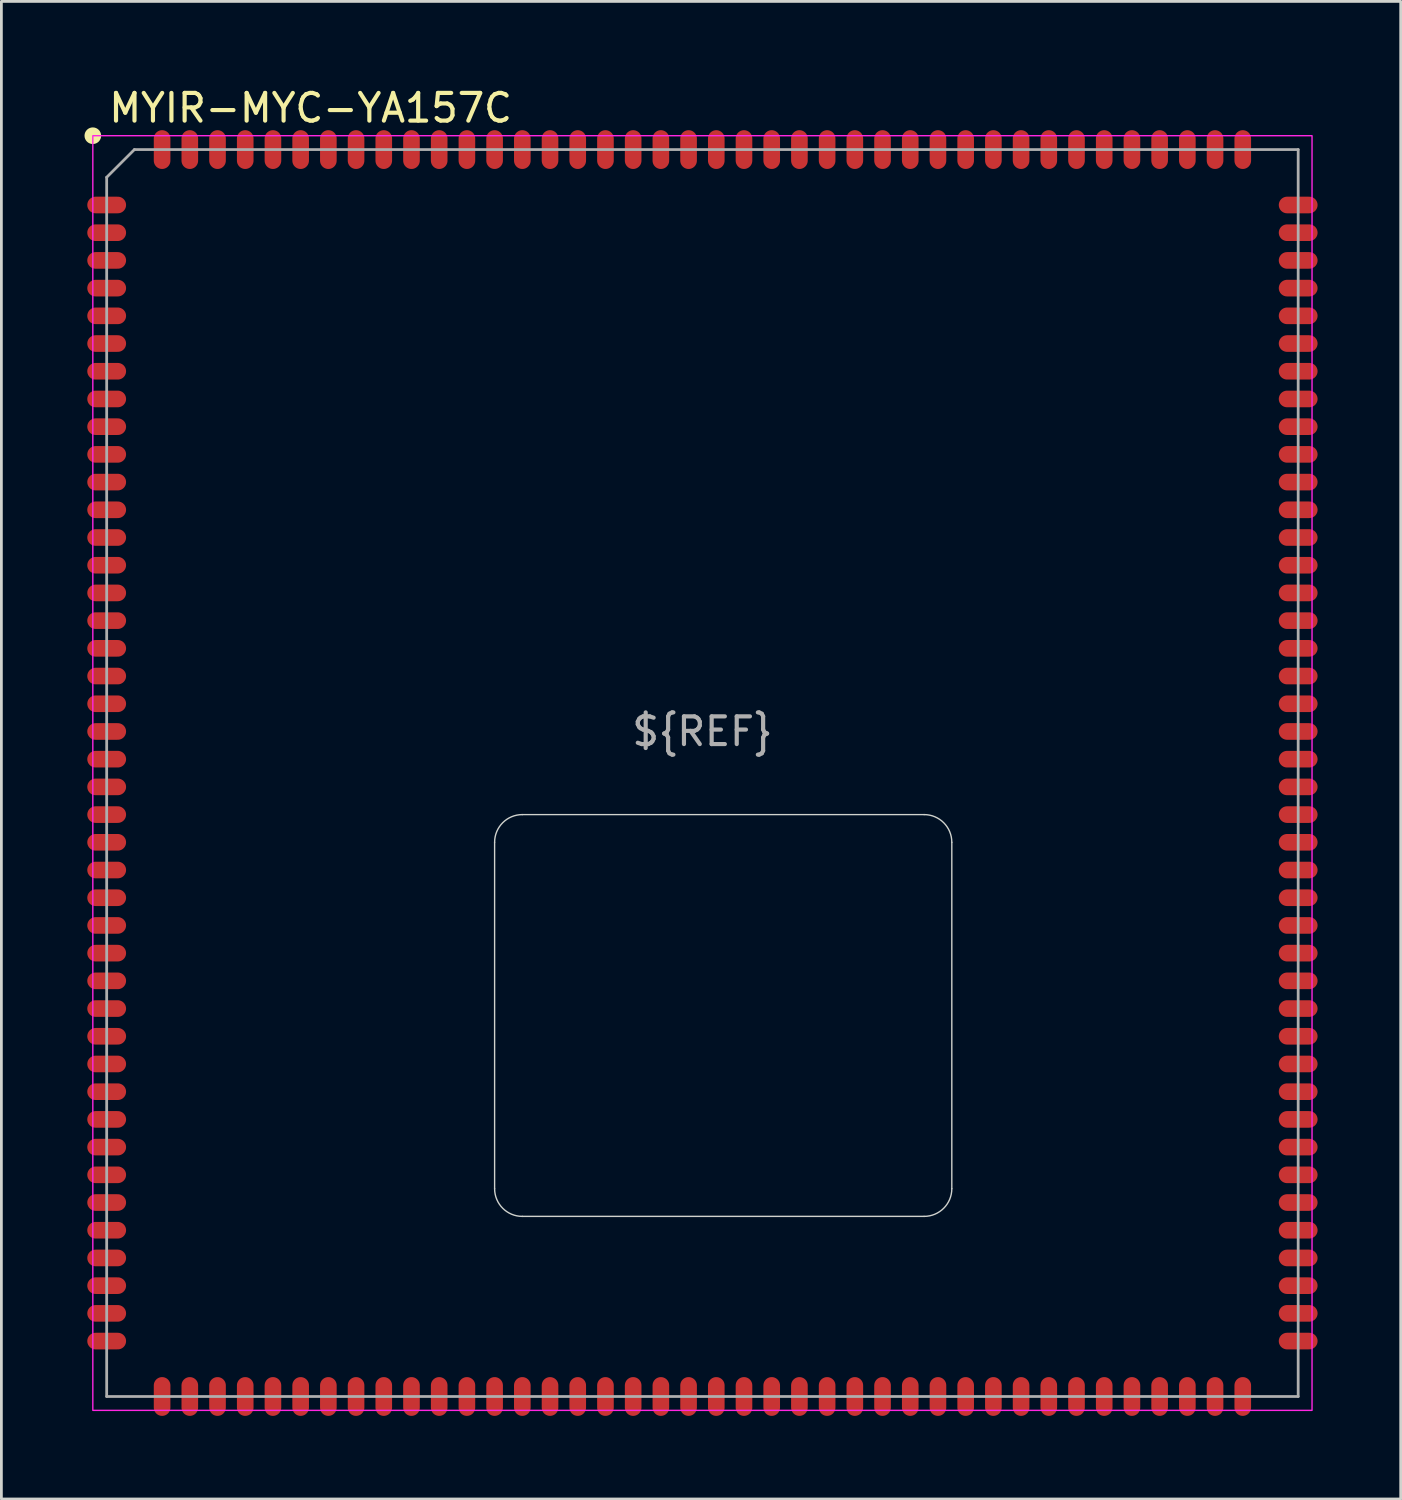
<source format=kicad_pcb>
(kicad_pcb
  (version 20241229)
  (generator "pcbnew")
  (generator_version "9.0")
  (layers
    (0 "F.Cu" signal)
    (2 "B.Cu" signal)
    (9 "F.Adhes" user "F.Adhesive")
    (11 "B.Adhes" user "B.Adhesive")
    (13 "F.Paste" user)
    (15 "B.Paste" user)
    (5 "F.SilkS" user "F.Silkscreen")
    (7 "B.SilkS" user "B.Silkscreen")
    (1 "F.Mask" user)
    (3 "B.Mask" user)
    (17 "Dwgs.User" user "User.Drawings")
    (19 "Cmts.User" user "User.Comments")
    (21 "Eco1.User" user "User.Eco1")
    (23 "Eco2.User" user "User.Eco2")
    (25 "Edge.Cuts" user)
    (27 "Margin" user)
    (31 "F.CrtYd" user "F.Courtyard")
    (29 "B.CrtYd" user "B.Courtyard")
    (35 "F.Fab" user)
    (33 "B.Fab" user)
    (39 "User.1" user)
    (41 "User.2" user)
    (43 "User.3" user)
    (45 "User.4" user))
  (footprint "MYIR-MYC-YA157C"
    (layer "F.Cu")
    (at 22.3 24.848)
    (property "Reference" "MYIR-MYC-YA157C" (at -21.5 -24 0) (unlocked yes) (layer "F.SilkS") (effects (font (size 1 1) (thickness 0.15)) (justify left)))
    (attr smd)
    (fp_circle (center -22 -23) (end -21.75 -23) (stroke (width 0.1) (type solid)) (fill yes) (layer "F.SilkS"))
    (fp_line (start -7.5 15) (end -7.5 2.5) (stroke (width 0.05) (type default)) (layer "Edge.Cuts"))
    (fp_line (start -6.5 1.5) (end 8 1.5) (stroke (width 0.05) (type default)) (layer "Edge.Cuts"))
    (fp_line (start 8 16) (end -6.5 16) (stroke (width 0.05) (type default)) (layer "Edge.Cuts"))
    (fp_line (start 9 2.5) (end 9 15) (stroke (width 0.05) (type default)) (layer "Edge.Cuts"))
    (fp_arc (start -7.5 2.5) (mid -7.207107 1.792893) (end -6.5 1.5) (stroke (width 0.05) (type default)) (layer "Edge.Cuts"))
    (fp_arc (start -6.5 16) (mid -7.207107 15.707107) (end -7.5 15) (stroke (width 0.05) (type default)) (layer "Edge.Cuts"))
    (fp_arc (start 8 1.5) (mid 8.707107 1.792893) (end 9 2.5) (stroke (width 0.05) (type default)) (layer "Edge.Cuts"))
    (fp_arc (start 9 15) (mid 8.707107 15.707107) (end 8 16) (stroke (width 0.05) (type default)) (layer "Edge.Cuts"))
    (fp_rect (start -22 -23) (end 22 23) (stroke (width 0.05) (type default)) (fill no) (layer "F.CrtYd"))
    (fp_line (start -21.5 22.5) (end -21.5 -21.5) (stroke (width 0.1) (type default)) (layer "F.Fab"))
    (fp_line (start -20.5 -22.5) (end -21.5 -21.5) (stroke (width 0.1) (type default)) (layer "F.Fab"))
    (fp_line (start -20.5 -22.5) (end 21.5 -22.5) (stroke (width 0.1) (type default)) (layer "F.Fab"))
    (fp_line (start 21.5 -22.5) (end 21.5 22.5) (stroke (width 0.1) (type default)) (layer "F.Fab"))
    (fp_line (start 21.5 22.5) (end -21.5 22.5) (stroke (width 0.1) (type default)) (layer "F.Fab"))
    (fp_text user "${REF}" (at 0 -1.5 0) (unlocked yes) (layer "F.Fab") (effects (font (size 1 1) (thickness 0.15))))
    (pad "1" smd oval (at -21.5 -20.5 90) (size 0.6 1.4) (layers "F.Cu" "F.Mask" "F.Paste"))
    (pad "2" smd oval (at -21.5 -19.5 90) (size 0.6 1.4) (layers "F.Cu" "F.Mask" "F.Paste"))
    (pad "3" smd oval (at -21.5 -18.5 90) (size 0.6 1.4) (layers "F.Cu" "F.Mask" "F.Paste"))
    (pad "4" smd oval (at -21.5 -17.5 90) (size 0.6 1.4) (layers "F.Cu" "F.Mask" "F.Paste"))
    (pad "5" smd oval (at -21.5 -16.5 90) (size 0.6 1.4) (layers "F.Cu" "F.Mask" "F.Paste"))
    (pad "6" smd oval (at -21.5 -15.5 90) (size 0.6 1.4) (layers "F.Cu" "F.Mask" "F.Paste"))
    (pad "7" smd oval (at -21.5 -14.5 90) (size 0.6 1.4) (layers "F.Cu" "F.Mask" "F.Paste"))
    (pad "8" smd oval (at -21.5 -13.5 90) (size 0.6 1.4) (layers "F.Cu" "F.Mask" "F.Paste"))
    (pad "9" smd oval (at -21.5 -12.5 90) (size 0.6 1.4) (layers "F.Cu" "F.Mask" "F.Paste"))
    (pad "10" smd oval (at -21.5 -11.5 90) (size 0.6 1.4) (layers "F.Cu" "F.Mask" "F.Paste"))
    (pad "11" smd oval (at -21.5 -10.5 90) (size 0.6 1.4) (layers "F.Cu" "F.Mask" "F.Paste"))
    (pad "12" smd oval (at -21.5 -9.5 90) (size 0.6 1.4) (layers "F.Cu" "F.Mask" "F.Paste"))
    (pad "13" smd oval (at -21.5 -8.5 90) (size 0.6 1.4) (layers "F.Cu" "F.Mask" "F.Paste"))
    (pad "14" smd oval (at -21.5 -7.5 90) (size 0.6 1.4) (layers "F.Cu" "F.Mask" "F.Paste"))
    (pad "15" smd oval (at -21.5 -6.5 90) (size 0.6 1.4) (layers "F.Cu" "F.Mask" "F.Paste"))
    (pad "16" smd oval (at -21.5 -5.5 90) (size 0.6 1.4) (layers "F.Cu" "F.Mask" "F.Paste"))
    (pad "17" smd oval (at -21.5 -4.5 90) (size 0.6 1.4) (layers "F.Cu" "F.Mask" "F.Paste"))
    (pad "18" smd oval (at -21.5 -3.5 90) (size 0.6 1.4) (layers "F.Cu" "F.Mask" "F.Paste"))
    (pad "19" smd oval (at -21.5 -2.5 90) (size 0.6 1.4) (layers "F.Cu" "F.Mask" "F.Paste"))
    (pad "20" smd oval (at -21.5 -1.5 90) (size 0.6 1.4) (layers "F.Cu" "F.Mask" "F.Paste"))
    (pad "21" smd oval (at -21.5 -0.5 90) (size 0.6 1.4) (layers "F.Cu" "F.Mask" "F.Paste"))
    (pad "22" smd oval (at -21.5 0.5 90) (size 0.6 1.4) (layers "F.Cu" "F.Mask" "F.Paste"))
    (pad "23" smd oval (at -21.5 1.5 90) (size 0.6 1.4) (layers "F.Cu" "F.Mask" "F.Paste"))
    (pad "24" smd oval (at -21.5 2.5 90) (size 0.6 1.4) (layers "F.Cu" "F.Mask" "F.Paste"))
    (pad "25" smd oval (at -21.5 3.5 90) (size 0.6 1.4) (layers "F.Cu" "F.Mask" "F.Paste"))
    (pad "26" smd oval (at -21.5 4.5 90) (size 0.6 1.4) (layers "F.Cu" "F.Mask" "F.Paste"))
    (pad "27" smd oval (at -21.5 5.5 90) (size 0.6 1.4) (layers "F.Cu" "F.Mask" "F.Paste"))
    (pad "28" smd oval (at -21.5 6.5 90) (size 0.6 1.4) (layers "F.Cu" "F.Mask" "F.Paste"))
    (pad "29" smd oval (at -21.5 7.5 90) (size 0.6 1.4) (layers "F.Cu" "F.Mask" "F.Paste"))
    (pad "30" smd oval (at -21.5 8.5 90) (size 0.6 1.4) (layers "F.Cu" "F.Mask" "F.Paste"))
    (pad "31" smd oval (at -21.5 9.5 90) (size 0.6 1.4) (layers "F.Cu" "F.Mask" "F.Paste"))
    (pad "32" smd oval (at -21.5 10.5 90) (size 0.6 1.4) (layers "F.Cu" "F.Mask" "F.Paste"))
    (pad "33" smd oval (at -21.5 11.5 90) (size 0.6 1.4) (layers "F.Cu" "F.Mask" "F.Paste"))
    (pad "34" smd oval (at -21.5 12.5 90) (size 0.6 1.4) (layers "F.Cu" "F.Mask" "F.Paste"))
    (pad "35" smd oval (at -21.5 13.5 90) (size 0.6 1.4) (layers "F.Cu" "F.Mask" "F.Paste"))
    (pad "36" smd oval (at -21.5 14.5 90) (size 0.6 1.4) (layers "F.Cu" "F.Mask" "F.Paste"))
    (pad "37" smd oval (at -21.5 15.5 90) (size 0.6 1.4) (layers "F.Cu" "F.Mask" "F.Paste"))
    (pad "38" smd oval (at -21.5 16.5 90) (size 0.6 1.4) (layers "F.Cu" "F.Mask" "F.Paste"))
    (pad "39" smd oval (at -21.5 17.5 90) (size 0.6 1.4) (layers "F.Cu" "F.Mask" "F.Paste"))
    (pad "40" smd oval (at -21.5 18.5 90) (size 0.6 1.4) (layers "F.Cu" "F.Mask" "F.Paste"))
    (pad "41" smd oval (at -21.5 19.5 90) (size 0.6 1.4) (layers "F.Cu" "F.Mask" "F.Paste"))
    (pad "42" smd oval (at -21.5 20.5 90) (size 0.6 1.4) (layers "F.Cu" "F.Mask" "F.Paste"))
    (pad "43" smd oval (at -19.5 22.5 180) (size 0.6 1.4) (layers "F.Cu" "F.Mask" "F.Paste"))
    (pad "44" smd oval (at -18.5 22.5 180) (size 0.6 1.4) (layers "F.Cu" "F.Mask" "F.Paste"))
    (pad "45" smd oval (at -17.5 22.5 180) (size 0.6 1.4) (layers "F.Cu" "F.Mask" "F.Paste"))
    (pad "46" smd oval (at -16.5 22.5 180) (size 0.6 1.4) (layers "F.Cu" "F.Mask" "F.Paste"))
    (pad "47" smd oval (at -15.5 22.5 180) (size 0.6 1.4) (layers "F.Cu" "F.Mask" "F.Paste"))
    (pad "48" smd oval (at -14.5 22.5 180) (size 0.6 1.4) (layers "F.Cu" "F.Mask" "F.Paste"))
    (pad "49" smd oval (at -13.5 22.5 180) (size 0.6 1.4) (layers "F.Cu" "F.Mask" "F.Paste"))
    (pad "50" smd oval (at -12.5 22.5 180) (size 0.6 1.4) (layers "F.Cu" "F.Mask" "F.Paste"))
    (pad "51" smd oval (at -11.5 22.5 180) (size 0.6 1.4) (layers "F.Cu" "F.Mask" "F.Paste"))
    (pad "52" smd oval (at -10.5 22.5 180) (size 0.6 1.4) (layers "F.Cu" "F.Mask" "F.Paste"))
    (pad "53" smd oval (at -9.5 22.5 180) (size 0.6 1.4) (layers "F.Cu" "F.Mask" "F.Paste"))
    (pad "54" smd oval (at -8.5 22.5 180) (size 0.6 1.4) (layers "F.Cu" "F.Mask" "F.Paste"))
    (pad "55" smd oval (at -7.5 22.5 180) (size 0.6 1.4) (layers "F.Cu" "F.Mask" "F.Paste"))
    (pad "56" smd oval (at -6.5 22.5 180) (size 0.6 1.4) (layers "F.Cu" "F.Mask" "F.Paste"))
    (pad "57" smd oval (at -5.5 22.5 180) (size 0.6 1.4) (layers "F.Cu" "F.Mask" "F.Paste"))
    (pad "58" smd oval (at -4.5 22.5 180) (size 0.6 1.4) (layers "F.Cu" "F.Mask" "F.Paste"))
    (pad "59" smd oval (at -3.5 22.5 180) (size 0.6 1.4) (layers "F.Cu" "F.Mask" "F.Paste"))
    (pad "60" smd oval (at -2.5 22.5 180) (size 0.6 1.4) (layers "F.Cu" "F.Mask" "F.Paste"))
    (pad "61" smd oval (at -1.5 22.5 180) (size 0.6 1.4) (layers "F.Cu" "F.Mask" "F.Paste"))
    (pad "62" smd oval (at -0.5 22.5 180) (size 0.6 1.4) (layers "F.Cu" "F.Mask" "F.Paste"))
    (pad "63" smd oval (at 0.5 22.5 180) (size 0.6 1.4) (layers "F.Cu" "F.Mask" "F.Paste"))
    (pad "64" smd oval (at 1.5 22.5 180) (size 0.6 1.4) (layers "F.Cu" "F.Mask" "F.Paste"))
    (pad "65" smd oval (at 2.5 22.5 180) (size 0.6 1.4) (layers "F.Cu" "F.Mask" "F.Paste"))
    (pad "66" smd oval (at 3.5 22.5 180) (size 0.6 1.4) (layers "F.Cu" "F.Mask" "F.Paste"))
    (pad "67" smd oval (at 4.5 22.5 180) (size 0.6 1.4) (layers "F.Cu" "F.Mask" "F.Paste"))
    (pad "68" smd oval (at 5.5 22.5 180) (size 0.6 1.4) (layers "F.Cu" "F.Mask" "F.Paste"))
    (pad "69" smd oval (at 6.5 22.5 180) (size 0.6 1.4) (layers "F.Cu" "F.Mask" "F.Paste"))
    (pad "70" smd oval (at 7.5 22.5 180) (size 0.6 1.4) (layers "F.Cu" "F.Mask" "F.Paste"))
    (pad "71" smd oval (at 8.5 22.5 180) (size 0.6 1.4) (layers "F.Cu" "F.Mask" "F.Paste"))
    (pad "72" smd oval (at 9.5 22.5 180) (size 0.6 1.4) (layers "F.Cu" "F.Mask" "F.Paste"))
    (pad "73" smd oval (at 10.5 22.5 180) (size 0.6 1.4) (layers "F.Cu" "F.Mask" "F.Paste"))
    (pad "74" smd oval (at 11.5 22.5 180) (size 0.6 1.4) (layers "F.Cu" "F.Mask" "F.Paste"))
    (pad "75" smd oval (at 12.5 22.5 180) (size 0.6 1.4) (layers "F.Cu" "F.Mask" "F.Paste"))
    (pad "76" smd oval (at 13.5 22.5 180) (size 0.6 1.4) (layers "F.Cu" "F.Mask" "F.Paste"))
    (pad "77" smd oval (at 14.5 22.5 180) (size 0.6 1.4) (layers "F.Cu" "F.Mask" "F.Paste"))
    (pad "78" smd oval (at 15.5 22.5 180) (size 0.6 1.4) (layers "F.Cu" "F.Mask" "F.Paste"))
    (pad "79" smd oval (at 16.5 22.5 180) (size 0.6 1.4) (layers "F.Cu" "F.Mask" "F.Paste"))
    (pad "80" smd oval (at 17.5 22.5 180) (size 0.6 1.4) (layers "F.Cu" "F.Mask" "F.Paste"))
    (pad "81" smd oval (at 18.5 22.5 180) (size 0.6 1.4) (layers "F.Cu" "F.Mask" "F.Paste"))
    (pad "82" smd oval (at 19.5 22.5 180) (size 0.6 1.4) (layers "F.Cu" "F.Mask" "F.Paste"))
    (pad "83" smd oval (at 21.5 20.5 90) (size 0.6 1.4) (layers "F.Cu" "F.Mask" "F.Paste"))
    (pad "84" smd oval (at 21.5 19.5 90) (size 0.6 1.4) (layers "F.Cu" "F.Mask" "F.Paste"))
    (pad "85" smd oval (at 21.5 18.5 90) (size 0.6 1.4) (layers "F.Cu" "F.Mask" "F.Paste"))
    (pad "86" smd oval (at 21.5 17.5 90) (size 0.6 1.4) (layers "F.Cu" "F.Mask" "F.Paste"))
    (pad "87" smd oval (at 21.5 16.5 90) (size 0.6 1.4) (layers "F.Cu" "F.Mask" "F.Paste"))
    (pad "88" smd oval (at 21.5 15.5 90) (size 0.6 1.4) (layers "F.Cu" "F.Mask" "F.Paste"))
    (pad "89" smd oval (at 21.5 14.5 90) (size 0.6 1.4) (layers "F.Cu" "F.Mask" "F.Paste"))
    (pad "90" smd oval (at 21.5 13.5 90) (size 0.6 1.4) (layers "F.Cu" "F.Mask" "F.Paste"))
    (pad "91" smd oval (at 21.5 12.5 90) (size 0.6 1.4) (layers "F.Cu" "F.Mask" "F.Paste"))
    (pad "92" smd oval (at 21.5 11.5 90) (size 0.6 1.4) (layers "F.Cu" "F.Mask" "F.Paste"))
    (pad "93" smd oval (at 21.5 10.5 90) (size 0.6 1.4) (layers "F.Cu" "F.Mask" "F.Paste"))
    (pad "94" smd oval (at 21.5 9.5 90) (size 0.6 1.4) (layers "F.Cu" "F.Mask" "F.Paste"))
    (pad "95" smd oval (at 21.5 8.5 90) (size 0.6 1.4) (layers "F.Cu" "F.Mask" "F.Paste"))
    (pad "96" smd oval (at 21.5 7.5 90) (size 0.6 1.4) (layers "F.Cu" "F.Mask" "F.Paste"))
    (pad "97" smd oval (at 21.5 6.5 90) (size 0.6 1.4) (layers "F.Cu" "F.Mask" "F.Paste"))
    (pad "98" smd oval (at 21.5 5.5 90) (size 0.6 1.4) (layers "F.Cu" "F.Mask" "F.Paste"))
    (pad "99" smd oval (at 21.5 4.5 90) (size 0.6 1.4) (layers "F.Cu" "F.Mask" "F.Paste"))
    (pad "100" smd oval (at 21.5 3.5 90) (size 0.6 1.4) (layers "F.Cu" "F.Mask" "F.Paste"))
    (pad "101" smd oval (at 21.5 2.5 90) (size 0.6 1.4) (layers "F.Cu" "F.Mask" "F.Paste"))
    (pad "102" smd oval (at 21.5 1.5 90) (size 0.6 1.4) (layers "F.Cu" "F.Mask" "F.Paste"))
    (pad "103" smd oval (at 21.5 0.5 90) (size 0.6 1.4) (layers "F.Cu" "F.Mask" "F.Paste"))
    (pad "104" smd oval (at 21.5 -0.5 90) (size 0.6 1.4) (layers "F.Cu" "F.Mask" "F.Paste"))
    (pad "105" smd oval (at 21.5 -1.5 90) (size 0.6 1.4) (layers "F.Cu" "F.Mask" "F.Paste"))
    (pad "106" smd oval (at 21.5 -2.5 90) (size 0.6 1.4) (layers "F.Cu" "F.Mask" "F.Paste"))
    (pad "107" smd oval (at 21.5 -3.5 90) (size 0.6 1.4) (layers "F.Cu" "F.Mask" "F.Paste"))
    (pad "108" smd oval (at 21.5 -4.5 90) (size 0.6 1.4) (layers "F.Cu" "F.Mask" "F.Paste"))
    (pad "109" smd oval (at 21.5 -5.5 90) (size 0.6 1.4) (layers "F.Cu" "F.Mask" "F.Paste"))
    (pad "110" smd oval (at 21.5 -6.5 90) (size 0.6 1.4) (layers "F.Cu" "F.Mask" "F.Paste"))
    (pad "111" smd oval (at 21.5 -7.5 90) (size 0.6 1.4) (layers "F.Cu" "F.Mask" "F.Paste"))
    (pad "112" smd oval (at 21.5 -8.5 90) (size 0.6 1.4) (layers "F.Cu" "F.Mask" "F.Paste"))
    (pad "113" smd oval (at 21.5 -9.5 90) (size 0.6 1.4) (layers "F.Cu" "F.Mask" "F.Paste"))
    (pad "114" smd oval (at 21.5 -10.5 90) (size 0.6 1.4) (layers "F.Cu" "F.Mask" "F.Paste"))
    (pad "115" smd oval (at 21.5 -11.5 90) (size 0.6 1.4) (layers "F.Cu" "F.Mask" "F.Paste"))
    (pad "116" smd oval (at 21.5 -12.5 90) (size 0.6 1.4) (layers "F.Cu" "F.Mask" "F.Paste"))
    (pad "117" smd oval (at 21.5 -13.5 90) (size 0.6 1.4) (layers "F.Cu" "F.Mask" "F.Paste"))
    (pad "118" smd oval (at 21.5 -14.5 90) (size 0.6 1.4) (layers "F.Cu" "F.Mask" "F.Paste"))
    (pad "119" smd oval (at 21.5 -15.5 90) (size 0.6 1.4) (layers "F.Cu" "F.Mask" "F.Paste"))
    (pad "120" smd oval (at 21.5 -16.5 90) (size 0.6 1.4) (layers "F.Cu" "F.Mask" "F.Paste"))
    (pad "121" smd oval (at 21.5 -17.5 90) (size 0.6 1.4) (layers "F.Cu" "F.Mask" "F.Paste"))
    (pad "122" smd oval (at 21.5 -18.5 90) (size 0.6 1.4) (layers "F.Cu" "F.Mask" "F.Paste"))
    (pad "123" smd oval (at 21.5 -19.5 90) (size 0.6 1.4) (layers "F.Cu" "F.Mask" "F.Paste"))
    (pad "124" smd oval (at 21.5 -20.5 90) (size 0.6 1.4) (layers "F.Cu" "F.Mask" "F.Paste"))
    (pad "125" smd oval (at 19.5 -22.5 180) (size 0.6 1.4) (layers "F.Cu" "F.Mask" "F.Paste"))
    (pad "126" smd oval (at 18.5 -22.5 180) (size 0.6 1.4) (layers "F.Cu" "F.Mask" "F.Paste"))
    (pad "127" smd oval (at 17.5 -22.5 180) (size 0.6 1.4) (layers "F.Cu" "F.Mask" "F.Paste"))
    (pad "128" smd oval (at 16.5 -22.5 180) (size 0.6 1.4) (layers "F.Cu" "F.Mask" "F.Paste"))
    (pad "129" smd oval (at 15.5 -22.5 180) (size 0.6 1.4) (layers "F.Cu" "F.Mask" "F.Paste"))
    (pad "130" smd oval (at 14.5 -22.5 180) (size 0.6 1.4) (layers "F.Cu" "F.Mask" "F.Paste"))
    (pad "131" smd oval (at 13.5 -22.5 180) (size 0.6 1.4) (layers "F.Cu" "F.Mask" "F.Paste"))
    (pad "132" smd oval (at 12.5 -22.5 180) (size 0.6 1.4) (layers "F.Cu" "F.Mask" "F.Paste"))
    (pad "133" smd oval (at 11.5 -22.5 180) (size 0.6 1.4) (layers "F.Cu" "F.Mask" "F.Paste"))
    (pad "134" smd oval (at 10.5 -22.5 180) (size 0.6 1.4) (layers "F.Cu" "F.Mask" "F.Paste"))
    (pad "135" smd oval (at 9.5 -22.5 180) (size 0.6 1.4) (layers "F.Cu" "F.Mask" "F.Paste"))
    (pad "136" smd oval (at 8.5 -22.5 180) (size 0.6 1.4) (layers "F.Cu" "F.Mask" "F.Paste"))
    (pad "137" smd oval (at 7.5 -22.5 180) (size 0.6 1.4) (layers "F.Cu" "F.Mask" "F.Paste"))
    (pad "138" smd oval (at 6.5 -22.5 180) (size 0.6 1.4) (layers "F.Cu" "F.Mask" "F.Paste"))
    (pad "139" smd oval (at 5.5 -22.5 180) (size 0.6 1.4) (layers "F.Cu" "F.Mask" "F.Paste"))
    (pad "140" smd oval (at 4.5 -22.5 180) (size 0.6 1.4) (layers "F.Cu" "F.Mask" "F.Paste"))
    (pad "141" smd oval (at 3.5 -22.5 180) (size 0.6 1.4) (layers "F.Cu" "F.Mask" "F.Paste"))
    (pad "142" smd oval (at 2.5 -22.5 180) (size 0.6 1.4) (layers "F.Cu" "F.Mask" "F.Paste"))
    (pad "143" smd oval (at 1.5 -22.5 180) (size 0.6 1.4) (layers "F.Cu" "F.Mask" "F.Paste"))
    (pad "144" smd oval (at 0.5 -22.5 180) (size 0.6 1.4) (layers "F.Cu" "F.Mask" "F.Paste"))
    (pad "145" smd oval (at -0.5 -22.5 180) (size 0.6 1.4) (layers "F.Cu" "F.Mask" "F.Paste"))
    (pad "146" smd oval (at -1.5 -22.5 180) (size 0.6 1.4) (layers "F.Cu" "F.Mask" "F.Paste"))
    (pad "147" smd oval (at -2.5 -22.5 180) (size 0.6 1.4) (layers "F.Cu" "F.Mask" "F.Paste"))
    (pad "148" smd oval (at -3.5 -22.5 180) (size 0.6 1.4) (layers "F.Cu" "F.Mask" "F.Paste"))
    (pad "149" smd oval (at -4.5 -22.5 180) (size 0.6 1.4) (layers "F.Cu" "F.Mask" "F.Paste"))
    (pad "150" smd oval (at -5.5 -22.5 180) (size 0.6 1.4) (layers "F.Cu" "F.Mask" "F.Paste"))
    (pad "151" smd oval (at -6.5 -22.5 180) (size 0.6 1.4) (layers "F.Cu" "F.Mask" "F.Paste"))
    (pad "152" smd oval (at -7.5 -22.5 180) (size 0.6 1.4) (layers "F.Cu" "F.Mask" "F.Paste"))
    (pad "153" smd oval (at -8.5 -22.5 180) (size 0.6 1.4) (layers "F.Cu" "F.Mask" "F.Paste"))
    (pad "154" smd oval (at -9.5 -22.5 180) (size 0.6 1.4) (layers "F.Cu" "F.Mask" "F.Paste"))
    (pad "155" smd oval (at -10.5 -22.5 180) (size 0.6 1.4) (layers "F.Cu" "F.Mask" "F.Paste"))
    (pad "156" smd oval (at -11.5 -22.5 180) (size 0.6 1.4) (layers "F.Cu" "F.Mask" "F.Paste"))
    (pad "157" smd oval (at -12.5 -22.5 180) (size 0.6 1.4) (layers "F.Cu" "F.Mask" "F.Paste"))
    (pad "158" smd oval (at -13.5 -22.5 180) (size 0.6 1.4) (layers "F.Cu" "F.Mask" "F.Paste"))
    (pad "159" smd oval (at -14.5 -22.5 180) (size 0.6 1.4) (layers "F.Cu" "F.Mask" "F.Paste"))
    (pad "160" smd oval (at -15.5 -22.5 180) (size 0.6 1.4) (layers "F.Cu" "F.Mask" "F.Paste"))
    (pad "161" smd oval (at -16.5 -22.5 180) (size 0.6 1.4) (layers "F.Cu" "F.Mask" "F.Paste"))
    (pad "162" smd oval (at -17.5 -22.5 180) (size 0.6 1.4) (layers "F.Cu" "F.Mask" "F.Paste"))
    (pad "163" smd oval (at -18.5 -22.5 180) (size 0.6 1.4) (layers "F.Cu" "F.Mask" "F.Paste"))
    (pad "164" smd oval (at -19.5 -22.5 180) (size 0.6 1.4) (layers "F.Cu" "F.Mask" "F.Paste")))
  (gr_rect
    (start -3 -3)
    (end 47.5 51.048)
    (stroke (width 0.1) (type default))
    (fill no)
    (layer "Edge.Cuts")))
</source>
